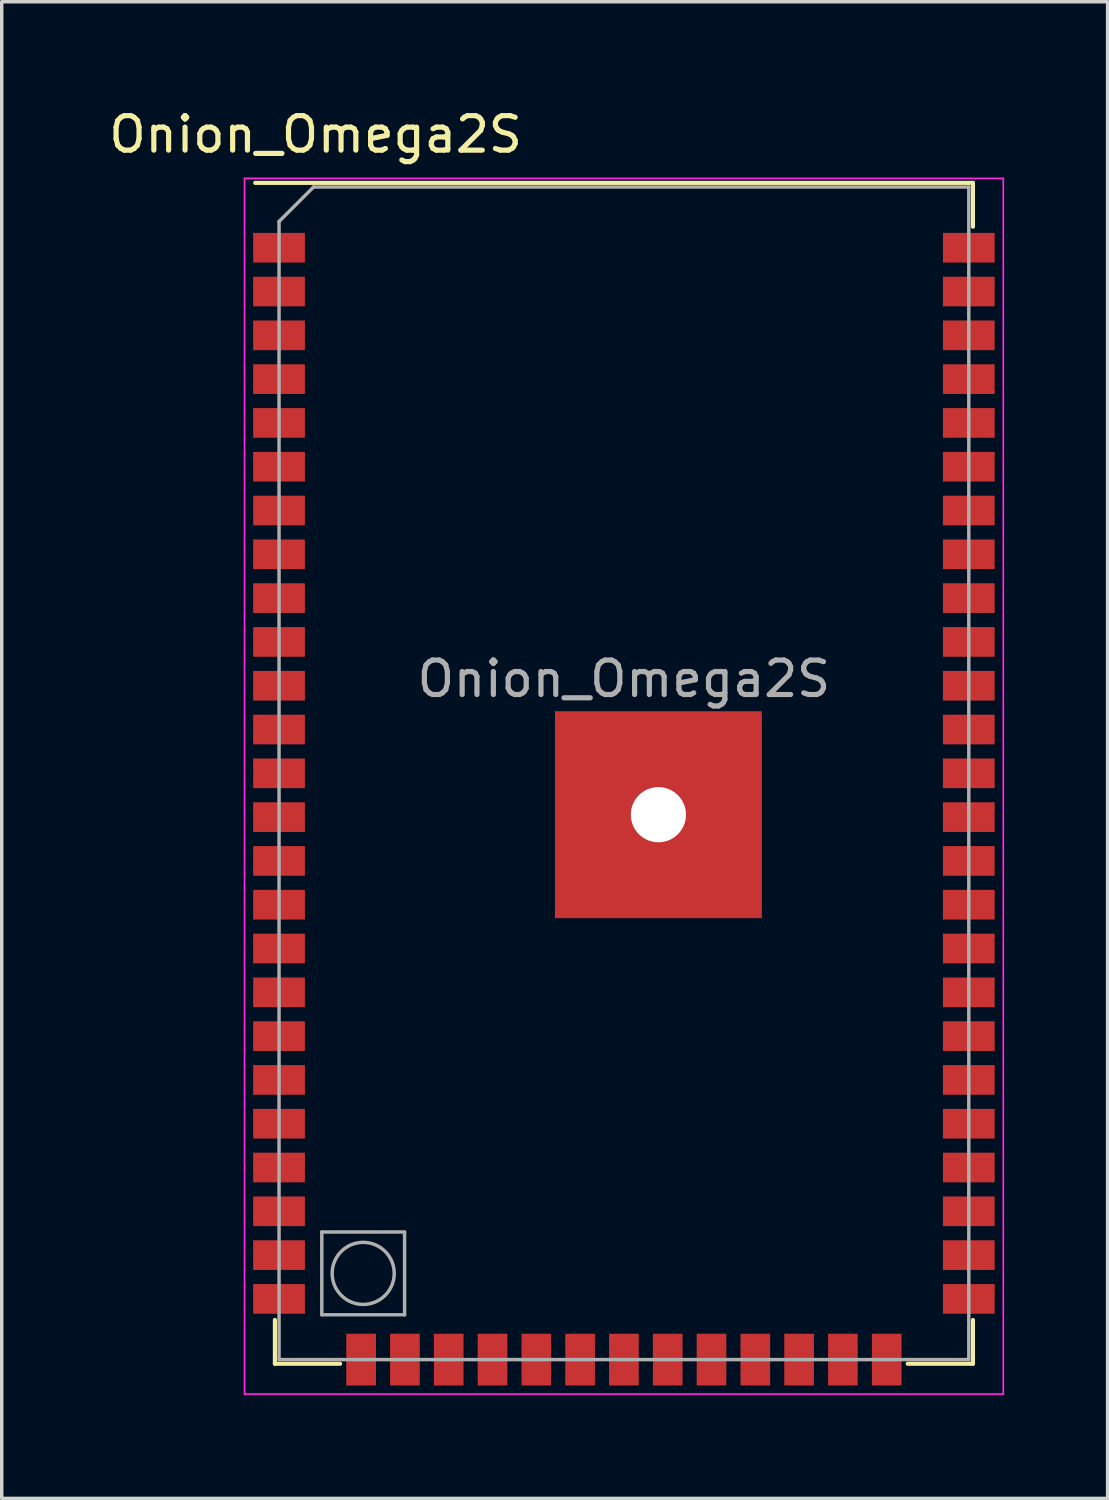
<source format=kicad_pcb>
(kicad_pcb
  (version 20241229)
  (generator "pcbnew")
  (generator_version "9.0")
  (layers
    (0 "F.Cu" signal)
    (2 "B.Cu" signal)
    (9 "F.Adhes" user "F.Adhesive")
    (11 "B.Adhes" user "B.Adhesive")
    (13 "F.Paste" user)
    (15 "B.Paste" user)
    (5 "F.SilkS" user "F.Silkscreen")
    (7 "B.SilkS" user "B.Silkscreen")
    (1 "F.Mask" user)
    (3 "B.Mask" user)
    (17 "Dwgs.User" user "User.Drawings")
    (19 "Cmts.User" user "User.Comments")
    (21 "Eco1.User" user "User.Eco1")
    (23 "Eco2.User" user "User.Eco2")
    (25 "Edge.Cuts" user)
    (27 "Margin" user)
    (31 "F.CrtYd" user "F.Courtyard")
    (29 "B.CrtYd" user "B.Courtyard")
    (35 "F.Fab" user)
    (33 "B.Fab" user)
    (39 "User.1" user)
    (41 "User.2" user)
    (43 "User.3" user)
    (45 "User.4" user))
  (footprint "Onion_Omega2S"
    (layer "F.Cu")
    (at 15.041 19.373)
    (property "Reference" "Onion_Omega2S" (at -8.94 -18.525 0) (layer "F.SilkS") (effects (font (size 1 1) (thickness 0.15))))
    (attr smd)
    (fp_line (start -10.12 15.85) (end -10.12 17.12) (stroke (width 0.12) (type solid)) (layer "F.SilkS"))
    (fp_line (start -10.12 17.12) (end -8.23 17.12) (stroke (width 0.12) (type solid)) (layer "F.SilkS"))
    (fp_line (start 8.23 17.12) (end 10.12 17.12) (stroke (width 0.12) (type solid)) (layer "F.SilkS"))
    (fp_line (start 10.12 -17.12) (end -10.69 -17.12) (stroke (width 0.12) (type solid)) (layer "F.SilkS"))
    (fp_line (start 10.12 -17.12) (end 10.12 -15.85) (stroke (width 0.12) (type solid)) (layer "F.SilkS"))
    (fp_line (start 10.12 15.85) (end 10.12 17.12) (stroke (width 0.12) (type solid)) (layer "F.SilkS"))
    (fp_line (start -11 -17.25) (end -11 18) (stroke (width 0.05) (type solid)) (layer "F.CrtYd"))
    (fp_line (start -11 18) (end 11 18) (stroke (width 0.05) (type solid)) (layer "F.CrtYd"))
    (fp_line (start 11 -17.25) (end -11 -17.25) (stroke (width 0.05) (type solid)) (layer "F.CrtYd"))
    (fp_line (start 11 18) (end 11 -17.25) (stroke (width 0.05) (type solid)) (layer "F.CrtYd"))
    (fp_line (start -10 -16) (end -10 17) (stroke (width 0.1) (type solid)) (layer "F.Fab"))
    (fp_line (start -10 -16) (end -9 -17) (stroke (width 0.1) (type solid)) (layer "F.Fab"))
    (fp_line (start -10 17) (end 10 17) (stroke (width 0.1) (type solid)) (layer "F.Fab"))
    (fp_line (start -8.76 13.3) (end -8.76 15.7) (stroke (width 0.1) (type solid)) (layer "F.Fab"))
    (fp_line (start -8.76 15.7) (end -6.36 15.7) (stroke (width 0.1) (type solid)) (layer "F.Fab"))
    (fp_line (start -6.36 13.3) (end -8.76 13.3) (stroke (width 0.1) (type solid)) (layer "F.Fab"))
    (fp_line (start -6.36 15.7) (end -6.36 13.3) (stroke (width 0.1) (type solid)) (layer "F.Fab"))
    (fp_line (start 10 -17) (end -9 -17) (stroke (width 0.1) (type solid)) (layer "F.Fab"))
    (fp_line (start 10 17) (end 10 -17) (stroke (width 0.1) (type solid)) (layer "F.Fab"))
    (fp_circle (center -7.56 14.5) (end -6.66 14.5) (stroke (width 0.1) (type solid)) (fill no) (layer "F.Fab"))
    (fp_text user "${REFERENCE}" (at 0 -2.74 0) (layer "F.Fab") (effects (font (size 1 1) (thickness 0.15))))
    (pad "" smd roundrect (at -1.333 -1.123) (size 1 1) (layers "F.Paste") (roundrect_rratio 0.25))
    (pad "" smd roundrect (at -1.333 0.041) (size 1 1) (layers "F.Paste") (roundrect_rratio 0.25))
    (pad "" smd roundrect (at -1.333 1.205) (size 1 1) (layers "F.Paste") (roundrect_rratio 0.25))
    (pad "" smd roundrect (at -1.333 2.369) (size 1 1) (layers "F.Paste") (roundrect_rratio 0.25))
    (pad "" smd roundrect (at -1.333 3.533) (size 1 1) (layers "F.Paste") (roundrect_rratio 0.25))
    (pad "" smd roundrect (at -0.167 -1.123) (size 1 1) (layers "F.Paste") (roundrect_rratio 0.25))
    (pad "" smd roundrect (at -0.167 0.041) (size 1 1) (layers "F.Paste") (roundrect_rratio 0.25))
    (pad "" smd roundrect (at -0.167 1.205) (size 1 1) (layers "F.Paste") (roundrect_rratio 0.25))
    (pad "" smd roundrect (at -0.167 2.369) (size 1 1) (layers "F.Paste") (roundrect_rratio 0.25))
    (pad "" smd roundrect (at -0.167 3.533) (size 1 1) (layers "F.Paste") (roundrect_rratio 0.25))
    (pad "" smd roundrect (at 0.999 -1.123) (size 1 1) (layers "F.Paste") (roundrect_rratio 0.25))
    (pad "" smd roundrect (at 0.999 0.041) (size 1 1) (layers "F.Paste") (roundrect_rratio 0.25))
    (pad "" smd roundrect (at 0.999 1.205) (size 1 1) (layers "F.Paste") (roundrect_rratio 0.25))
    (pad "" smd roundrect (at 0.999 2.369) (size 1 1) (layers "F.Paste") (roundrect_rratio 0.25))
    (pad "" smd roundrect (at 0.999 3.533) (size 1 1) (layers "F.Paste") (roundrect_rratio 0.25))
    (pad "" np_thru_hole circle (at 1 1.2) (size 1.6 1.6) (drill 1.6) (layers "*.Cu" "*.Mask"))
    (pad "" smd roundrect (at 2.164 -1.123) (size 1 1) (layers "F.Paste") (roundrect_rratio 0.25))
    (pad "" smd roundrect (at 2.164 0.041) (size 1 1) (layers "F.Paste") (roundrect_rratio 0.25))
    (pad "" smd roundrect (at 2.164 1.205) (size 1 1) (layers "F.Paste") (roundrect_rratio 0.25))
    (pad "" smd roundrect (at 2.164 2.369) (size 1 1) (layers "F.Paste") (roundrect_rratio 0.25))
    (pad "" smd roundrect (at 2.164 3.533) (size 1 1) (layers "F.Paste") (roundrect_rratio 0.25))
    (pad "" smd roundrect (at 3.33 -1.123) (size 1 1) (layers "F.Paste") (roundrect_rratio 0.25))
    (pad "" smd roundrect (at 3.33 0.041) (size 1 1) (layers "F.Paste") (roundrect_rratio 0.25))
    (pad "" smd roundrect (at 3.33 1.205) (size 1 1) (layers "F.Paste") (roundrect_rratio 0.25))
    (pad "" smd roundrect (at 3.33 2.369) (size 1 1) (layers "F.Paste") (roundrect_rratio 0.25))
    (pad "" smd roundrect (at 3.33 3.533) (size 1 1) (layers "F.Paste") (roundrect_rratio 0.25))
    (pad "1" smd rect (at -10 -15.24) (size 1.5 0.86) (layers "F.Cu" "F.Mask" "F.Paste"))
    (pad "2" smd rect (at -10 -13.97) (size 1.5 0.86) (layers "F.Cu" "F.Mask" "F.Paste"))
    (pad "3" smd rect (at -10 -12.7) (size 1.5 0.86) (layers "F.Cu" "F.Mask" "F.Paste"))
    (pad "4" smd rect (at -10 -11.43) (size 1.5 0.86) (layers "F.Cu" "F.Mask" "F.Paste"))
    (pad "5" smd rect (at -10 -10.16) (size 1.5 0.86) (layers "F.Cu" "F.Mask" "F.Paste"))
    (pad "6" smd rect (at -10 -8.89) (size 1.5 0.86) (layers "F.Cu" "F.Mask" "F.Paste"))
    (pad "7" smd rect (at -10 -7.62) (size 1.5 0.86) (layers "F.Cu" "F.Mask" "F.Paste"))
    (pad "8" smd rect (at -10 -6.35) (size 1.5 0.86) (layers "F.Cu" "F.Mask" "F.Paste"))
    (pad "9" smd rect (at -10 -5.08) (size 1.5 0.86) (layers "F.Cu" "F.Mask" "F.Paste"))
    (pad "10" smd rect (at -10 -3.81) (size 1.5 0.86) (layers "F.Cu" "F.Mask" "F.Paste"))
    (pad "11" smd rect (at -10 -2.54) (size 1.5 0.86) (layers "F.Cu" "F.Mask" "F.Paste"))
    (pad "12" smd rect (at -10 -1.27) (size 1.5 0.86) (layers "F.Cu" "F.Mask" "F.Paste"))
    (pad "13" smd rect (at -10 0) (size 1.5 0.86) (layers "F.Cu" "F.Mask" "F.Paste"))
    (pad "14" smd rect (at -10 1.27) (size 1.5 0.86) (layers "F.Cu" "F.Mask" "F.Paste"))
    (pad "15" smd rect (at -10 2.54) (size 1.5 0.86) (layers "F.Cu" "F.Mask" "F.Paste"))
    (pad "16" smd rect (at -10 3.81) (size 1.5 0.86) (layers "F.Cu" "F.Mask" "F.Paste"))
    (pad "17" smd rect (at -10 5.08) (size 1.5 0.86) (layers "F.Cu" "F.Mask" "F.Paste"))
    (pad "18" smd rect (at -10 6.35) (size 1.5 0.86) (layers "F.Cu" "F.Mask" "F.Paste"))
    (pad "19" smd rect (at -10 7.62) (size 1.5 0.86) (layers "F.Cu" "F.Mask" "F.Paste"))
    (pad "20" smd rect (at -10 8.89) (size 1.5 0.86) (layers "F.Cu" "F.Mask" "F.Paste"))
    (pad "21" smd rect (at -10 10.16) (size 1.5 0.86) (layers "F.Cu" "F.Mask" "F.Paste"))
    (pad "22" smd rect (at -10 11.43) (size 1.5 0.86) (layers "F.Cu" "F.Mask" "F.Paste"))
    (pad "23" smd rect (at -10 12.7) (size 1.5 0.86) (layers "F.Cu" "F.Mask" "F.Paste"))
    (pad "24" smd rect (at -10 13.97) (size 1.5 0.86) (layers "F.Cu" "F.Mask" "F.Paste"))
    (pad "25" smd rect (at -10 15.24) (size 1.5 0.86) (layers "F.Cu" "F.Mask" "F.Paste"))
    (pad "26" smd rect (at -7.62 17) (size 0.86 1.5) (layers "F.Cu" "F.Mask" "F.Paste"))
    (pad "27" smd rect (at -6.35 17) (size 0.86 1.5) (layers "F.Cu" "F.Mask" "F.Paste"))
    (pad "28" smd rect (at -5.08 17) (size 0.86 1.5) (layers "F.Cu" "F.Mask" "F.Paste"))
    (pad "29" smd rect (at -3.81 17) (size 0.86 1.5) (layers "F.Cu" "F.Mask" "F.Paste"))
    (pad "30" smd rect (at -2.54 17) (size 0.86 1.5) (layers "F.Cu" "F.Mask" "F.Paste"))
    (pad "31" smd rect (at -1.27 17) (size 0.86 1.5) (layers "F.Cu" "F.Mask" "F.Paste"))
    (pad "32" smd rect (at 0 17) (size 0.86 1.5) (layers "F.Cu" "F.Mask" "F.Paste"))
    (pad "33" smd rect (at 1.27 17) (size 0.86 1.5) (layers "F.Cu" "F.Mask" "F.Paste"))
    (pad "34" smd rect (at 2.54 17) (size 0.86 1.5) (layers "F.Cu" "F.Mask" "F.Paste"))
    (pad "35" smd rect (at 3.81 17) (size 0.86 1.5) (layers "F.Cu" "F.Mask" "F.Paste"))
    (pad "36" smd rect (at 5.08 17) (size 0.86 1.5) (layers "F.Cu" "F.Mask" "F.Paste"))
    (pad "37" smd rect (at 6.35 17) (size 0.86 1.5) (layers "F.Cu" "F.Mask" "F.Paste"))
    (pad "38" smd rect (at 7.62 17) (size 0.86 1.5) (layers "F.Cu" "F.Mask" "F.Paste"))
    (pad "39" smd rect (at 10 15.24) (size 1.5 0.86) (layers "F.Cu" "F.Mask" "F.Paste"))
    (pad "40" smd rect (at 10 13.97) (size 1.5 0.86) (layers "F.Cu" "F.Mask" "F.Paste"))
    (pad "41" smd rect (at 10 12.7) (size 1.5 0.86) (layers "F.Cu" "F.Mask" "F.Paste"))
    (pad "42" smd rect (at 10 11.43) (size 1.5 0.86) (layers "F.Cu" "F.Mask" "F.Paste"))
    (pad "43" smd rect (at 10 10.16) (size 1.5 0.86) (layers "F.Cu" "F.Mask" "F.Paste"))
    (pad "44" smd rect (at 10 8.89) (size 1.5 0.86) (layers "F.Cu" "F.Mask" "F.Paste"))
    (pad "45" smd rect (at 10 7.62) (size 1.5 0.86) (layers "F.Cu" "F.Mask" "F.Paste"))
    (pad "46" smd rect (at 10 6.35) (size 1.5 0.86) (layers "F.Cu" "F.Mask" "F.Paste"))
    (pad "47" smd rect (at 10 5.08) (size 1.5 0.86) (layers "F.Cu" "F.Mask" "F.Paste"))
    (pad "48" smd rect (at 10 3.81) (size 1.5 0.86) (layers "F.Cu" "F.Mask" "F.Paste"))
    (pad "49" smd rect (at 10 2.54) (size 1.5 0.86) (layers "F.Cu" "F.Mask" "F.Paste"))
    (pad "50" smd rect (at 10 1.27) (size 1.5 0.86) (layers "F.Cu" "F.Mask" "F.Paste"))
    (pad "51" smd rect (at 10 0) (size 1.5 0.86) (layers "F.Cu" "F.Mask" "F.Paste"))
    (pad "52" smd rect (at 10 -1.27) (size 1.5 0.86) (layers "F.Cu" "F.Mask" "F.Paste"))
    (pad "53" smd rect (at 10 -2.54) (size 1.5 0.86) (layers "F.Cu" "F.Mask" "F.Paste"))
    (pad "54" smd rect (at 10 -3.81) (size 1.5 0.86) (layers "F.Cu" "F.Mask" "F.Paste"))
    (pad "55" smd rect (at 10 -5.08) (size 1.5 0.86) (layers "F.Cu" "F.Mask" "F.Paste"))
    (pad "56" smd rect (at 10 -6.35) (size 1.5 0.86) (layers "F.Cu" "F.Mask" "F.Paste"))
    (pad "57" smd rect (at 10 -7.62) (size 1.5 0.86) (layers "F.Cu" "F.Mask" "F.Paste"))
    (pad "58" smd rect (at 10 -8.89) (size 1.5 0.86) (layers "F.Cu" "F.Mask" "F.Paste"))
    (pad "59" smd rect (at 10 -10.16) (size 1.5 0.86) (layers "F.Cu" "F.Mask" "F.Paste"))
    (pad "60" smd rect (at 10 -11.43) (size 1.5 0.86) (layers "F.Cu" "F.Mask" "F.Paste"))
    (pad "61" smd rect (at 10 -12.7) (size 1.5 0.86) (layers "F.Cu" "F.Mask" "F.Paste"))
    (pad "62" smd rect (at 10 -13.97) (size 1.5 0.86) (layers "F.Cu" "F.Mask" "F.Paste"))
    (pad "63" smd rect (at 10 -15.24) (size 1.5 0.86) (layers "F.Cu" "F.Mask" "F.Paste"))
    (pad "64" smd rect (at 1 1.2) (size 6 6) (layers "F.Cu" "F.Mask")))
  (gr_rect
    (start -3 -3)
    (end 29.066 40.398)
    (stroke (width 0.1) (type default))
    (fill no)
    (layer "Edge.Cuts")))
</source>
